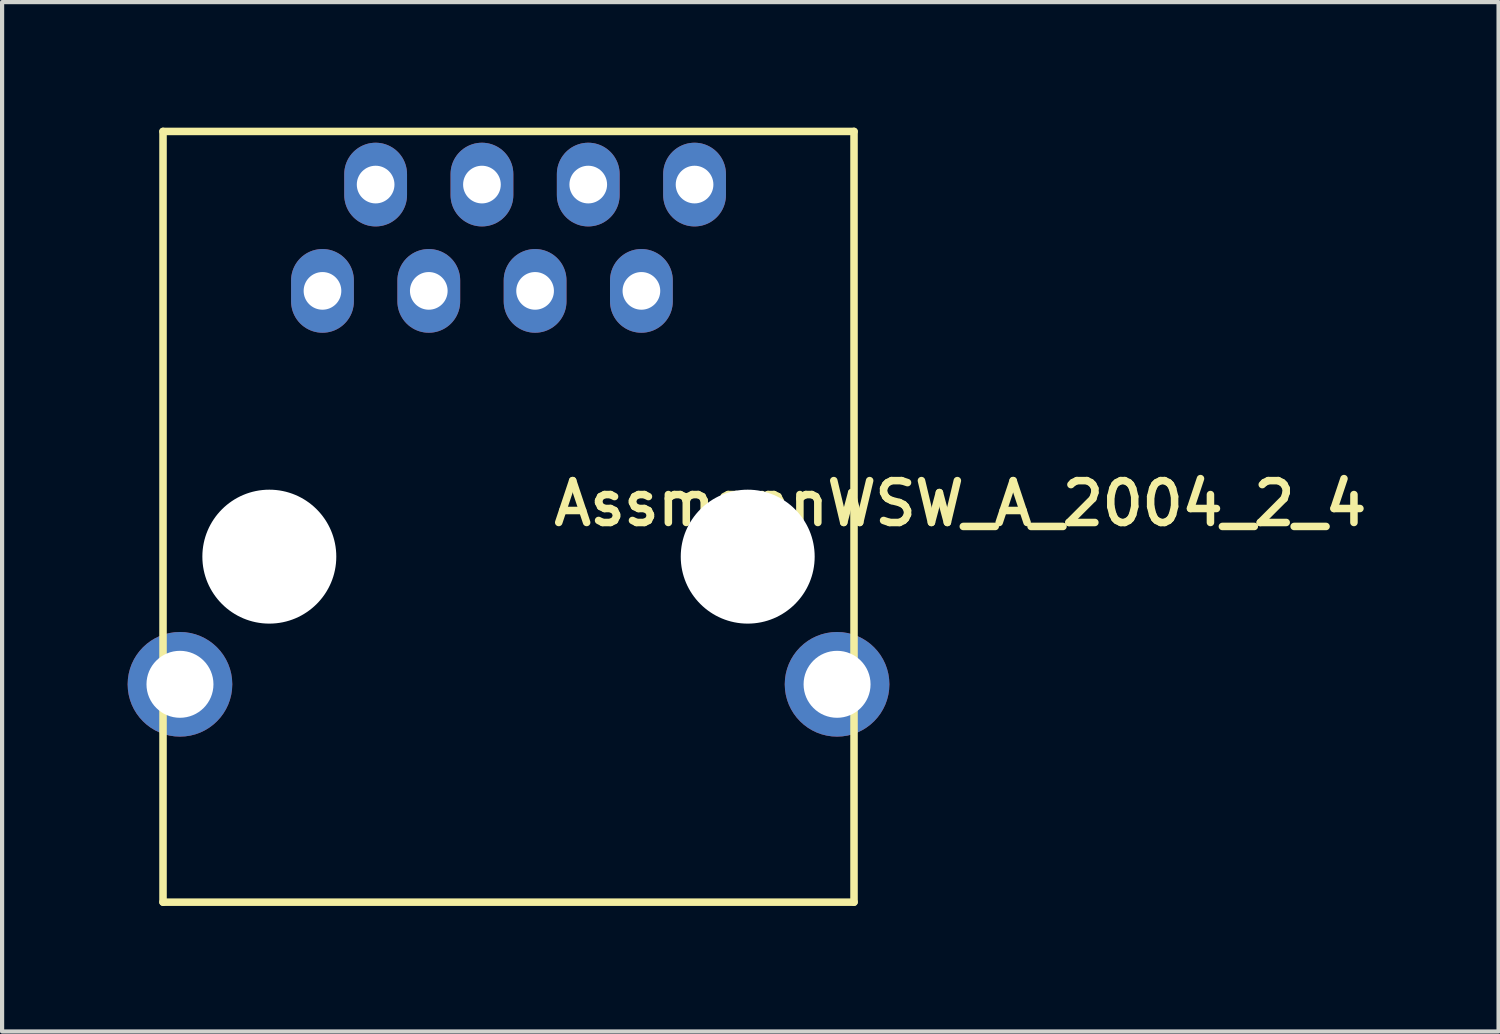
<source format=kicad_pcb>
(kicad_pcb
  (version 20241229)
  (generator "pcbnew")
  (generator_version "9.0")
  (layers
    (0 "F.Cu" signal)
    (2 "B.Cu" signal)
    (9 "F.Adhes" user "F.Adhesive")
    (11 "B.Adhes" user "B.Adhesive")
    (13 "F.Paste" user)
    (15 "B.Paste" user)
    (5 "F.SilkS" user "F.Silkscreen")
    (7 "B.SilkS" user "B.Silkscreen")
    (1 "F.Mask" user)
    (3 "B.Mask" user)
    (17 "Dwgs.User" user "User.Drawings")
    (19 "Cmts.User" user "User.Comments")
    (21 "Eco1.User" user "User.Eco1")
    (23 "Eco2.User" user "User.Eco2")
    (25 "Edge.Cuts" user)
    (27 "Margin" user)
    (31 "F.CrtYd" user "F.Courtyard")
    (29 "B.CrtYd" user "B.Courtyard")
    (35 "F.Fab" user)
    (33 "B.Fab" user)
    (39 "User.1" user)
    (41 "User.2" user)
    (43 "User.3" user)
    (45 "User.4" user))
  (footprint "AssmannWSW_A_2004_2_4"
    (layer "F.Cu")
    (at 9.1 10.25)
    (property "Reference" "AssmannWSW_A_2004_2_4" (at 10.795 -1.27 0) (layer "F.SilkS") (effects (font (size 1 1) (thickness 0.18))))
    (attr through_hole)
    (fp_line (start -8.255 -10.16) (end -8.255 8.255) (stroke (width 0.18) (type solid)) (layer "F.SilkS"))
    (fp_line (start -8.255 8.255) (end 8.255 8.255) (stroke (width 0.18) (type solid)) (layer "F.SilkS"))
    (fp_line (start 8.255 -10.16) (end -8.255 -10.16) (stroke (width 0.18) (type solid)) (layer "F.SilkS"))
    (fp_line (start 8.255 8.255) (end 8.255 -10.16) (stroke (width 0.18) (type solid)) (layer "F.SilkS"))
    (pad "" np_thru_hole circle (at -5.715 0) (size 3.2 3.2) (drill 3.2) (layers "*.Cu" "*.Mask"))
    (pad "" np_thru_hole circle (at 5.715 0) (size 3.2 3.2) (drill 3.2) (layers "*.Cu" "*.Mask"))
    (pad "1" thru_hole oval (at -4.445 -6.35) (size 1.5 2) (drill 0.9) (layers "*.Cu" "*.Mask"))
    (pad "2" thru_hole oval (at -3.175 -8.89) (size 1.5 2) (drill 0.9) (layers "*.Cu" "*.Mask"))
    (pad "3" thru_hole oval (at -1.905 -6.35) (size 1.5 2) (drill 0.9) (layers "*.Cu" "*.Mask"))
    (pad "4" thru_hole oval (at -0.635 -8.89) (size 1.5 2) (drill 0.9) (layers "*.Cu" "*.Mask"))
    (pad "5" thru_hole oval (at 0.635 -6.35) (size 1.5 2) (drill 0.9) (layers "*.Cu" "*.Mask"))
    (pad "6" thru_hole oval (at 1.905 -8.89) (size 1.5 2) (drill 0.9) (layers "*.Cu" "*.Mask"))
    (pad "7" thru_hole oval (at 3.175 -6.35) (size 1.5 2) (drill 0.9) (layers "*.Cu" "*.Mask"))
    (pad "8" thru_hole oval (at 4.445 -8.89) (size 1.5 2) (drill 0.9) (layers "*.Cu" "*.Mask"))
    (pad "9" thru_hole circle (at -7.85 3.05) (size 2.5 2.5) (drill 1.6) (layers "*.Cu" "*.Mask"))
    (pad "9" thru_hole circle (at 7.85 3.05) (size 2.5 2.5) (drill 1.6) (layers "*.Cu" "*.Mask")))
  (gr_rect
    (start -3 -3)
    (end 32.755 21.595)
    (stroke (width 0.1) (type default))
    (fill no)
    (layer "Edge.Cuts")))
</source>
